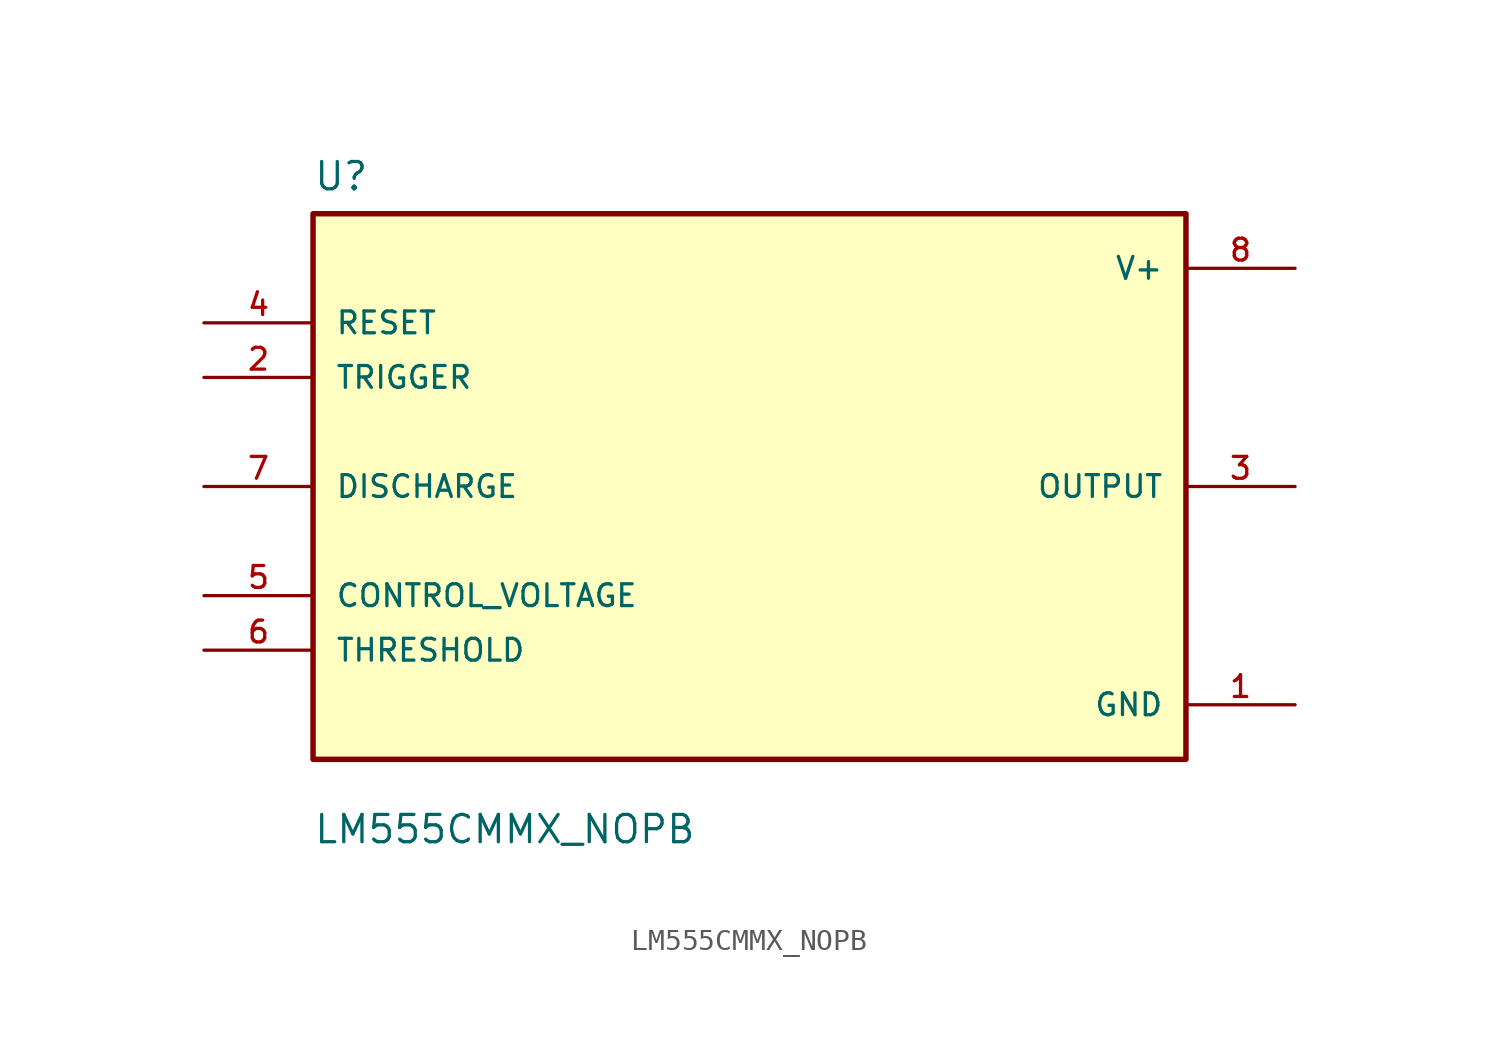
<source format=kicad_sym>
(kicad_symbol_lib
  (version 20211014)
  (generator kicad_symbol_editor)
  (symbol "LM555CMMX_NOPB"
    (pin_names
      (offset 1.016))
    (property "Reference" "U"
      (at -20.32 13.7 0.0)
      (effects (font (size 1.27 1.27)) (justify bottom left)))
    (property "Value" "LM555CMMX_NOPB"
      (at -20.32 -16.7 0.0)
      (effects (font (size 1.27 1.27)) (justify bottom left)))
    (symbol "LM555CMMX_NOPB_0_0"
      (rectangle (start -20.32 -12.7) (end 20.32 12.7) (stroke (width 0.254)) (fill (type background)))
      (pin input line (at -25.4 -5.08 0) (length 5.08) (name "CONTROL_VOLTAGE" (effects (font (size 1.016 1.016)))) (number "5" (effects (font (size 1.016 1.016)))))
      (pin input line (at -25.4 0.0 0) (length 5.08) (name "DISCHARGE" (effects (font (size 1.016 1.016)))) (number "7" (effects (font (size 1.016 1.016)))))
      (pin input line (at -25.4 7.62 0) (length 5.08) (name "RESET" (effects (font (size 1.016 1.016)))) (number "4" (effects (font (size 1.016 1.016)))))
      (pin input line (at -25.4 -7.62 0) (length 5.08) (name "THRESHOLD" (effects (font (size 1.016 1.016)))) (number "6" (effects (font (size 1.016 1.016)))))
      (pin input line (at -25.4 5.08 0) (length 5.08) (name "TRIGGER" (effects (font (size 1.016 1.016)))) (number "2" (effects (font (size 1.016 1.016)))))
      (pin power_in line (at 25.4 10.16 180.0) (length 5.08) (name "V+" (effects (font (size 1.016 1.016)))) (number "8" (effects (font (size 1.016 1.016)))))
      (pin output line (at 25.4 0.0 180.0) (length 5.08) (name "OUTPUT" (effects (font (size 1.016 1.016)))) (number "3" (effects (font (size 1.016 1.016)))))
      (pin power_in line (at 25.4 -10.16 180.0) (length 5.08) (name "GND" (effects (font (size 1.016 1.016)))) (number "1" (effects (font (size 1.016 1.016))))))))
</source>
